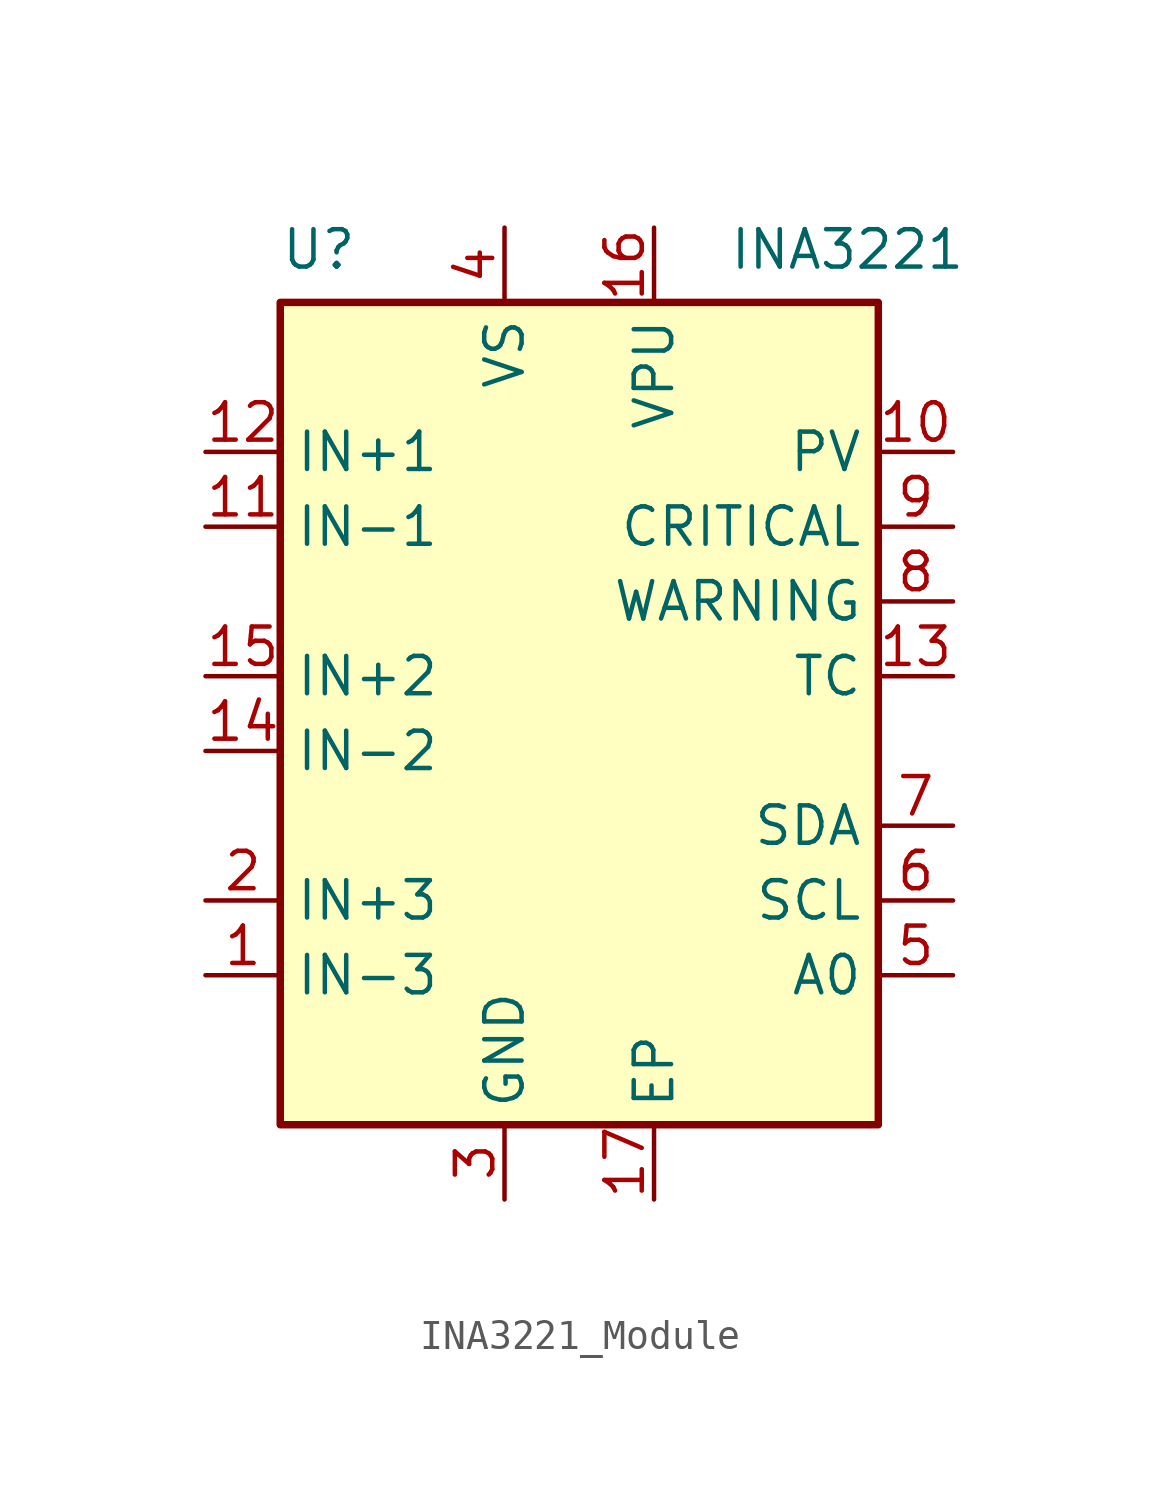
<source format=kicad_sym>
(kicad_symbol_lib
  (version 20220914)
  (generator kicad_symbol_editor)
  (symbol "INA3221_Module"
    (property "Reference" "U"
      (at -10.16 17.78 0)
      (effects (font (size 1.27 1.27)) (justify left top)))
    (property "Value" "INA3221"
      (at 5.08 17.78 0)
      (effects (font (size 1.27 1.27)) (justify left top)))
    (symbol "INA3221_Module_0_1"
      (rectangle (start 10.16 -12.7) (end -10.16 15.24) (stroke (width 0.254) (type default)) (fill (type background))))
    (symbol "INA3221_Module_1_1"
      (pin input line (at -12.7 -7.62 0) (length 2.54) (name "IN-3" (effects (font (size 1.27 1.27)))) (number "1" (effects (font (size 1.27 1.27)))))
      (pin open_collector line (at 12.7 10.16 180) (length 2.54) (name "PV" (effects (font (size 1.27 1.27)))) (number "10" (effects (font (size 1.27 1.27)))))
      (pin input line (at -12.7 7.62 0) (length 2.54) (name "IN-1" (effects (font (size 1.27 1.27)))) (number "11" (effects (font (size 1.27 1.27)))))
      (pin input line (at -12.7 10.16 0) (length 2.54) (name "IN+1" (effects (font (size 1.27 1.27)))) (number "12" (effects (font (size 1.27 1.27)))))
      (pin open_collector line (at 12.7 2.54 180) (length 2.54) (name "TC" (effects (font (size 1.27 1.27)))) (number "13" (effects (font (size 1.27 1.27)))))
      (pin input line (at -12.7 0 0) (length 2.54) (name "IN-2" (effects (font (size 1.27 1.27)))) (number "14" (effects (font (size 1.27 1.27)))))
      (pin input line (at -12.7 2.54 0) (length 2.54) (name "IN+2" (effects (font (size 1.27 1.27)))) (number "15" (effects (font (size 1.27 1.27)))))
      (pin power_in line (at 2.54 17.78 270) (length 2.54) (name "VPU" (effects (font (size 1.27 1.27)))) (number "16" (effects (font (size 1.27 1.27)))))
      (pin passive line (at 2.54 -15.24 90) (length 2.54) (name "EP" (effects (font (size 1.27 1.27)))) (number "17" (effects (font (size 1.27 1.27)))))
      (pin input line (at -12.7 -5.08 0) (length 2.54) (name "IN+3" (effects (font (size 1.27 1.27)))) (number "2" (effects (font (size 1.27 1.27)))))
      (pin power_in line (at -2.54 -15.24 90) (length 2.54) (name "GND" (effects (font (size 1.27 1.27)))) (number "3" (effects (font (size 1.27 1.27)))))
      (pin power_in line (at -2.54 17.78 270) (length 2.54) (name "VS" (effects (font (size 1.27 1.27)))) (number "4" (effects (font (size 1.27 1.27)))))
      (pin input line (at 12.7 -7.62 180) (length 2.54) (name "A0" (effects (font (size 1.27 1.27)))) (number "5" (effects (font (size 1.27 1.27)))))
      (pin input line (at 12.7 -5.08 180) (length 2.54) (name "SCL" (effects (font (size 1.27 1.27)))) (number "6" (effects (font (size 1.27 1.27)))))
      (pin bidirectional line (at 12.7 -2.54 180) (length 2.54) (name "SDA" (effects (font (size 1.27 1.27)))) (number "7" (effects (font (size 1.27 1.27)))))
      (pin open_collector line (at 12.7 5.08 180) (length 2.54) (name "WARNING" (effects (font (size 1.27 1.27)))) (number "8" (effects (font (size 1.27 1.27)))))
      (pin open_collector line (at 12.7 7.62 180) (length 2.54) (name "CRITICAL" (effects (font (size 1.27 1.27)))) (number "9" (effects (font (size 1.27 1.27))))))))
</source>
